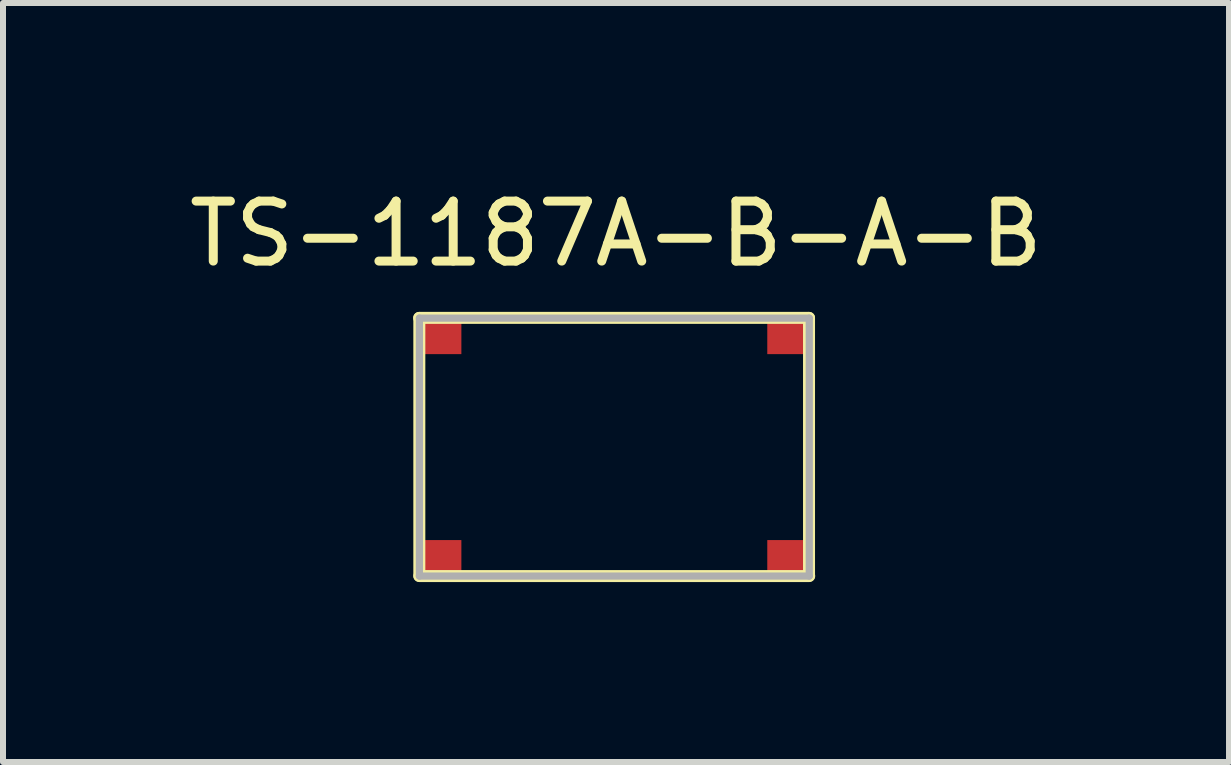
<source format=kicad_pcb>
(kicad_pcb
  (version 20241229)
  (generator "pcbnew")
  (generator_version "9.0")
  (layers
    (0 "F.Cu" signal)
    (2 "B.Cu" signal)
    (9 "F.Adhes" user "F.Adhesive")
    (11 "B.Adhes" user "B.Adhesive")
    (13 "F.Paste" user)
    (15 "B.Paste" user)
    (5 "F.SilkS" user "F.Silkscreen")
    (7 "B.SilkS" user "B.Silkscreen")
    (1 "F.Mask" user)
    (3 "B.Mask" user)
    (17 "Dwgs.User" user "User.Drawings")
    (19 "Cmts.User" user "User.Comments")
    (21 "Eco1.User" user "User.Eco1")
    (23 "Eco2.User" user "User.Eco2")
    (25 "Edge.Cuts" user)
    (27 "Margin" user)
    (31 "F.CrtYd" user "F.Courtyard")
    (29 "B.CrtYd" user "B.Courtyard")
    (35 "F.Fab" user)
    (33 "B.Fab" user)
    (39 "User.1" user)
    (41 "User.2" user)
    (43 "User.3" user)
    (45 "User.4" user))
  (footprint "TS-1187A-B-A-B"
    (layer "F.Cu")
    (at 7.192 4.404)
    (property "Reference" "TS-1187A-B-A-B" (at 0.028 -3.556 0) (layer "F.SilkS") (effects (font (size 1 1) (thickness 0.15))))
    (attr through_hole)
    (fp_line (start -3.254 -2.154) (end 3.246 -2.154) (stroke (width 0.2) (type solid)) (layer "F.SilkS"))
    (fp_line (start -3.251 -2.154) (end -3.251 2.146) (stroke (width 0.2) (type solid)) (layer "F.SilkS"))
    (fp_line (start -3.251 2.15) (end 3.249 2.15) (stroke (width 0.2) (type solid)) (layer "F.SilkS"))
    (fp_line (start 3.246 -2.154) (end 3.246 2.146) (stroke (width 0.2) (type solid)) (layer "F.SilkS"))
    (fp_line (start -3.25 -2.15) (end -3.25 2.15) (stroke (width 0.12) (type solid)) (layer "F.Fab"))
    (fp_line (start -3.25 -2.15) (end 3.25 -2.15) (stroke (width 0.12) (type solid)) (layer "F.Fab"))
    (fp_line (start -3.25 2.15) (end 3.25 2.15) (stroke (width 0.12) (type solid)) (layer "F.Fab"))
    (fp_line (start 3.25 -2.15) (end 3.25 2.15) (stroke (width 0.12) (type solid)) (layer "F.Fab"))
    (pad "1" smd rect (at -2.9 -1.85) (size 0.7 0.6) (layers "F.Cu" "F.Mask" "F.Paste"))
    (pad "2" smd rect (at 2.9 -1.85) (size 0.7 0.6) (layers "F.Cu" "F.Mask" "F.Paste"))
    (pad "3" smd rect (at -2.9 1.85) (size 0.7 0.6) (layers "F.Cu" "F.Mask" "F.Paste"))
    (pad "4" smd rect (at 2.9 1.85) (size 0.7 0.6) (layers "F.Cu" "F.Mask" "F.Paste")))
  (gr_rect
    (start -3 -3)
    (end 17.44 9.654)
    (stroke (width 0.1) (type default))
    (fill no)
    (layer "Edge.Cuts")))
</source>
